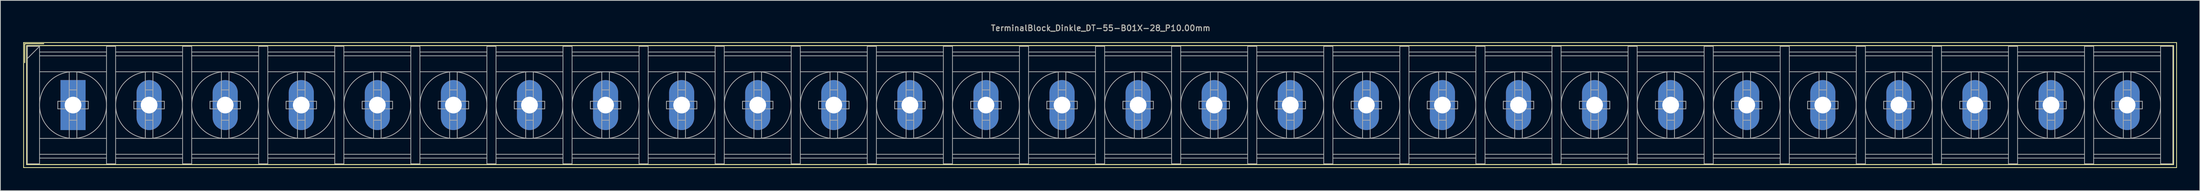
<source format=kicad_pcb>
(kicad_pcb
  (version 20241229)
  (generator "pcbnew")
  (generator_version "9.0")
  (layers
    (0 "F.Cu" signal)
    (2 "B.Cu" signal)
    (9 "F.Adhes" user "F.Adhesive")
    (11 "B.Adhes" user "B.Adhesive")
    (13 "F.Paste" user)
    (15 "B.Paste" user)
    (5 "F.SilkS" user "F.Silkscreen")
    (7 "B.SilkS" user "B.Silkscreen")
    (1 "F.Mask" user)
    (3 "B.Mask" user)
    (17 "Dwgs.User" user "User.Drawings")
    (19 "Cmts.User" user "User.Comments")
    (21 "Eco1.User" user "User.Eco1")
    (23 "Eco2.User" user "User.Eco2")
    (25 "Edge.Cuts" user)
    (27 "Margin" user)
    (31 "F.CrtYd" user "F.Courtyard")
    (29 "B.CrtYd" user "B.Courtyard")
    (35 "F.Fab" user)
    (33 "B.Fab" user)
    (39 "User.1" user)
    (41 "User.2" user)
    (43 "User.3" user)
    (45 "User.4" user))
  (footprint "TerminalBlock_Dinkle_DT-55-B01X-28_P10.00mm"
    (layer "F.Cu")
    (at 6.55 10.818)
    (property "Reference" "TerminalBlock_Dinkle_DT-55-B01X-28_P10.00mm" (at 135.08 -10.16 0) (layer "F.SilkS") (effects (font (size 0.75 0.75) (thickness 0.125))))
    (attr through_hole)
    (fp_line (start -6.5 -8.25) (end 276.5 -8.25) (stroke (width 0.1) (type solid)) (layer "F.SilkS"))
    (fp_line (start -6.5 8.25) (end -6.5 -8.25) (stroke (width 0.1) (type solid)) (layer "F.SilkS"))
    (fp_line (start -6.5 8.25) (end 276.5 8.25) (stroke (width 0.1) (type solid)) (layer "F.SilkS"))
    (fp_line (start -6.35 -8.1) (end -3.85 -8.1) (stroke (width 0.12) (type solid)) (layer "F.SilkS"))
    (fp_line (start -6.35 -5.6) (end -6.35 -8.1) (stroke (width 0.12) (type solid)) (layer "F.SilkS"))
    (fp_line (start -6.1 -7.85) (end 276.1 -7.85) (stroke (width 0.12) (type solid)) (layer "F.SilkS"))
    (fp_line (start -6.1 7.85) (end -6.1 -7.85) (stroke (width 0.12) (type solid)) (layer "F.SilkS"))
    (fp_line (start -6.1 7.85) (end 276.1 7.85) (stroke (width 0.12) (type solid)) (layer "F.SilkS"))
    (fp_line (start 276.1 -7.85) (end 276.1 7.85) (stroke (width 0.12) (type solid)) (layer "F.SilkS"))
    (fp_line (start 276.5 -8.25) (end 276.5 8.25) (stroke (width 0.1) (type solid)) (layer "F.SilkS"))
    (fp_line (start -6 -7.75) (end -6 7.75) (stroke (width 0.1) (type solid)) (layer "F.Fab"))
    (fp_line (start -6 -7.75) (end -4.4 -7.75) (stroke (width 0.1) (type solid)) (layer "F.Fab"))
    (fp_line (start -6 7.75) (end -4.4 7.75) (stroke (width 0.1) (type solid)) (layer "F.Fab"))
    (fp_line (start -4.4 -7.75) (end -6 -6.15) (stroke (width 0.1) (type solid)) (layer "F.Fab"))
    (fp_line (start -4.4 -7.75) (end -4.4 7.75) (stroke (width 0.1) (type solid)) (layer "F.Fab"))
    (fp_line (start -4.4 -7) (end 4.4 -7) (stroke (width 0.1) (type solid)) (layer "F.Fab"))
    (fp_line (start -4.4 -6.5) (end 4.4 -6.5) (stroke (width 0.1) (type solid)) (layer "F.Fab"))
    (fp_line (start -4.4 -4.4) (end 4.4 -4.4) (stroke (width 0.1) (type solid)) (layer "F.Fab"))
    (fp_line (start -4.4 4.4) (end 4.4 4.4) (stroke (width 0.1) (type solid)) (layer "F.Fab"))
    (fp_line (start -4.4 6.5) (end 4.4 6.5) (stroke (width 0.1) (type solid)) (layer "F.Fab"))
    (fp_line (start -4.4 7) (end 4.4 7) (stroke (width 0.1) (type solid)) (layer "F.Fab"))
    (fp_line (start -2 -0.5) (end -2 0.5) (stroke (width 0.1) (type solid)) (layer "F.Fab"))
    (fp_line (start -2 0.5) (end -0.5 0.5) (stroke (width 0.1) (type solid)) (layer "F.Fab"))
    (fp_line (start -0.5 -4.35) (end -0.5 -0.5) (stroke (width 0.1) (type solid)) (layer "F.Fab"))
    (fp_line (start -0.5 -2) (end 0.5 -2) (stroke (width 0.1) (type solid)) (layer "F.Fab"))
    (fp_line (start -0.5 -0.5) (end -2 -0.5) (stroke (width 0.1) (type solid)) (layer "F.Fab"))
    (fp_line (start -0.5 0.5) (end -0.5 4.35) (stroke (width 0.1) (type solid)) (layer "F.Fab"))
    (fp_line (start -0.5 2) (end 0.5 2) (stroke (width 0.1) (type solid)) (layer "F.Fab"))
    (fp_line (start 0.5 -4.35) (end 0.5 -0.5) (stroke (width 0.1) (type solid)) (layer "F.Fab"))
    (fp_line (start 0.5 -0.5) (end 2 -0.5) (stroke (width 0.1) (type solid)) (layer "F.Fab"))
    (fp_line (start 0.5 0.5) (end 0.5 4.35) (stroke (width 0.1) (type solid)) (layer "F.Fab"))
    (fp_line (start 2 -0.5) (end 2 0.5) (stroke (width 0.1) (type solid)) (layer "F.Fab"))
    (fp_line (start 2 0.5) (end 0.5 0.5) (stroke (width 0.1) (type solid)) (layer "F.Fab"))
    (fp_line (start 4.4 -7.75) (end 4.4 7.75) (stroke (width 0.1) (type solid)) (layer "F.Fab"))
    (fp_line (start 4.4 -7.75) (end 5.6 -7.75) (stroke (width 0.1) (type solid)) (layer "F.Fab"))
    (fp_line (start 4.4 7.75) (end 5.6 7.75) (stroke (width 0.1) (type solid)) (layer "F.Fab"))
    (fp_line (start 5.6 -7.75) (end 5.6 7.75) (stroke (width 0.1) (type solid)) (layer "F.Fab"))
    (fp_line (start 5.6 -7) (end 14.4 -7) (stroke (width 0.1) (type solid)) (layer "F.Fab"))
    (fp_line (start 5.6 -6.5) (end 14.4 -6.5) (stroke (width 0.1) (type solid)) (layer "F.Fab"))
    (fp_line (start 5.6 -4.4) (end 14.4 -4.4) (stroke (width 0.1) (type solid)) (layer "F.Fab"))
    (fp_line (start 5.6 4.4) (end 14.4 4.4) (stroke (width 0.1) (type solid)) (layer "F.Fab"))
    (fp_line (start 5.6 6.5) (end 14.4 6.5) (stroke (width 0.1) (type solid)) (layer "F.Fab"))
    (fp_line (start 5.6 7) (end 14.4 7) (stroke (width 0.1) (type solid)) (layer "F.Fab"))
    (fp_line (start 8 -0.5) (end 8 0.5) (stroke (width 0.1) (type solid)) (layer "F.Fab"))
    (fp_line (start 8 0.5) (end 9.5 0.5) (stroke (width 0.1) (type solid)) (layer "F.Fab"))
    (fp_line (start 9.5 -4.35) (end 9.5 -0.5) (stroke (width 0.1) (type solid)) (layer "F.Fab"))
    (fp_line (start 9.5 -2) (end 10.5 -2) (stroke (width 0.1) (type solid)) (layer "F.Fab"))
    (fp_line (start 9.5 -0.5) (end 8 -0.5) (stroke (width 0.1) (type solid)) (layer "F.Fab"))
    (fp_line (start 9.5 0.5) (end 9.5 4.35) (stroke (width 0.1) (type solid)) (layer "F.Fab"))
    (fp_line (start 9.5 2) (end 10.5 2) (stroke (width 0.1) (type solid)) (layer "F.Fab"))
    (fp_line (start 10.5 -4.35) (end 10.5 -0.5) (stroke (width 0.1) (type solid)) (layer "F.Fab"))
    (fp_line (start 10.5 -0.5) (end 12 -0.5) (stroke (width 0.1) (type solid)) (layer "F.Fab"))
    (fp_line (start 10.5 0.5) (end 10.5 4.35) (stroke (width 0.1) (type solid)) (layer "F.Fab"))
    (fp_line (start 12 -0.5) (end 12 0.5) (stroke (width 0.1) (type solid)) (layer "F.Fab"))
    (fp_line (start 12 0.5) (end 10.5 0.5) (stroke (width 0.1) (type solid)) (layer "F.Fab"))
    (fp_line (start 14.4 -7.75) (end 14.4 7.75) (stroke (width 0.1) (type solid)) (layer "F.Fab"))
    (fp_line (start 14.4 -7.75) (end 15.6 -7.75) (stroke (width 0.1) (type solid)) (layer "F.Fab"))
    (fp_line (start 14.4 7.75) (end 15.6 7.75) (stroke (width 0.1) (type solid)) (layer "F.Fab"))
    (fp_line (start 15.6 -7.75) (end 15.6 7.75) (stroke (width 0.1) (type solid)) (layer "F.Fab"))
    (fp_line (start 15.6 -7) (end 24.4 -7) (stroke (width 0.1) (type solid)) (layer "F.Fab"))
    (fp_line (start 15.6 -6.5) (end 24.4 -6.5) (stroke (width 0.1) (type solid)) (layer "F.Fab"))
    (fp_line (start 15.6 -4.4) (end 24.4 -4.4) (stroke (width 0.1) (type solid)) (layer "F.Fab"))
    (fp_line (start 15.6 4.4) (end 24.4 4.4) (stroke (width 0.1) (type solid)) (layer "F.Fab"))
    (fp_line (start 15.6 6.5) (end 24.4 6.5) (stroke (width 0.1) (type solid)) (layer "F.Fab"))
    (fp_line (start 15.6 7) (end 24.4 7) (stroke (width 0.1) (type solid)) (layer "F.Fab"))
    (fp_line (start 18 -0.5) (end 18 0.5) (stroke (width 0.1) (type solid)) (layer "F.Fab"))
    (fp_line (start 18 0.5) (end 19.5 0.5) (stroke (width 0.1) (type solid)) (layer "F.Fab"))
    (fp_line (start 19.5 -4.35) (end 19.5 -0.5) (stroke (width 0.1) (type solid)) (layer "F.Fab"))
    (fp_line (start 19.5 -2) (end 20.5 -2) (stroke (width 0.1) (type solid)) (layer "F.Fab"))
    (fp_line (start 19.5 -0.5) (end 18 -0.5) (stroke (width 0.1) (type solid)) (layer "F.Fab"))
    (fp_line (start 19.5 0.5) (end 19.5 4.35) (stroke (width 0.1) (type solid)) (layer "F.Fab"))
    (fp_line (start 19.5 2) (end 20.5 2) (stroke (width 0.1) (type solid)) (layer "F.Fab"))
    (fp_line (start 20.5 -4.35) (end 20.5 -0.5) (stroke (width 0.1) (type solid)) (layer "F.Fab"))
    (fp_line (start 20.5 -0.5) (end 22 -0.5) (stroke (width 0.1) (type solid)) (layer "F.Fab"))
    (fp_line (start 20.5 0.5) (end 20.5 4.35) (stroke (width 0.1) (type solid)) (layer "F.Fab"))
    (fp_line (start 22 -0.5) (end 22 0.5) (stroke (width 0.1) (type solid)) (layer "F.Fab"))
    (fp_line (start 22 0.5) (end 20.5 0.5) (stroke (width 0.1) (type solid)) (layer "F.Fab"))
    (fp_line (start 24.4 -7.75) (end 24.4 7.75) (stroke (width 0.1) (type solid)) (layer "F.Fab"))
    (fp_line (start 24.4 -7.75) (end 25.6 -7.75) (stroke (width 0.1) (type solid)) (layer "F.Fab"))
    (fp_line (start 24.4 7.75) (end 25.6 7.75) (stroke (width 0.1) (type solid)) (layer "F.Fab"))
    (fp_line (start 25.6 -7.75) (end 25.6 7.75) (stroke (width 0.1) (type solid)) (layer "F.Fab"))
    (fp_line (start 25.6 -7) (end 34.4 -7) (stroke (width 0.1) (type solid)) (layer "F.Fab"))
    (fp_line (start 25.6 -6.5) (end 34.4 -6.5) (stroke (width 0.1) (type solid)) (layer "F.Fab"))
    (fp_line (start 25.6 -4.4) (end 34.4 -4.4) (stroke (width 0.1) (type solid)) (layer "F.Fab"))
    (fp_line (start 25.6 4.4) (end 34.4 4.4) (stroke (width 0.1) (type solid)) (layer "F.Fab"))
    (fp_line (start 25.6 6.5) (end 34.4 6.5) (stroke (width 0.1) (type solid)) (layer "F.Fab"))
    (fp_line (start 25.6 7) (end 34.4 7) (stroke (width 0.1) (type solid)) (layer "F.Fab"))
    (fp_line (start 28 -0.5) (end 28 0.5) (stroke (width 0.1) (type solid)) (layer "F.Fab"))
    (fp_line (start 28 0.5) (end 29.5 0.5) (stroke (width 0.1) (type solid)) (layer "F.Fab"))
    (fp_line (start 29.5 -4.35) (end 29.5 -0.5) (stroke (width 0.1) (type solid)) (layer "F.Fab"))
    (fp_line (start 29.5 -2) (end 30.5 -2) (stroke (width 0.1) (type solid)) (layer "F.Fab"))
    (fp_line (start 29.5 -0.5) (end 28 -0.5) (stroke (width 0.1) (type solid)) (layer "F.Fab"))
    (fp_line (start 29.5 0.5) (end 29.5 4.35) (stroke (width 0.1) (type solid)) (layer "F.Fab"))
    (fp_line (start 29.5 2) (end 30.5 2) (stroke (width 0.1) (type solid)) (layer "F.Fab"))
    (fp_line (start 30.5 -4.35) (end 30.5 -0.5) (stroke (width 0.1) (type solid)) (layer "F.Fab"))
    (fp_line (start 30.5 -0.5) (end 32 -0.5) (stroke (width 0.1) (type solid)) (layer "F.Fab"))
    (fp_line (start 30.5 0.5) (end 30.5 4.35) (stroke (width 0.1) (type solid)) (layer "F.Fab"))
    (fp_line (start 32 -0.5) (end 32 0.5) (stroke (width 0.1) (type solid)) (layer "F.Fab"))
    (fp_line (start 32 0.5) (end 30.5 0.5) (stroke (width 0.1) (type solid)) (layer "F.Fab"))
    (fp_line (start 34.4 -7.75) (end 34.4 7.75) (stroke (width 0.1) (type solid)) (layer "F.Fab"))
    (fp_line (start 34.4 -7.75) (end 35.6 -7.75) (stroke (width 0.1) (type solid)) (layer "F.Fab"))
    (fp_line (start 34.4 7.75) (end 35.6 7.75) (stroke (width 0.1) (type solid)) (layer "F.Fab"))
    (fp_line (start 35.6 -7.75) (end 35.6 7.75) (stroke (width 0.1) (type solid)) (layer "F.Fab"))
    (fp_line (start 35.6 -7) (end 44.4 -7) (stroke (width 0.1) (type solid)) (layer "F.Fab"))
    (fp_line (start 35.6 -6.5) (end 44.4 -6.5) (stroke (width 0.1) (type solid)) (layer "F.Fab"))
    (fp_line (start 35.6 -4.4) (end 44.4 -4.4) (stroke (width 0.1) (type solid)) (layer "F.Fab"))
    (fp_line (start 35.6 4.4) (end 44.4 4.4) (stroke (width 0.1) (type solid)) (layer "F.Fab"))
    (fp_line (start 35.6 6.5) (end 44.4 6.5) (stroke (width 0.1) (type solid)) (layer "F.Fab"))
    (fp_line (start 35.6 7) (end 44.4 7) (stroke (width 0.1) (type solid)) (layer "F.Fab"))
    (fp_line (start 38 -0.5) (end 38 0.5) (stroke (width 0.1) (type solid)) (layer "F.Fab"))
    (fp_line (start 38 0.5) (end 39.5 0.5) (stroke (width 0.1) (type solid)) (layer "F.Fab"))
    (fp_line (start 39.5 -4.35) (end 39.5 -0.5) (stroke (width 0.1) (type solid)) (layer "F.Fab"))
    (fp_line (start 39.5 -2) (end 40.5 -2) (stroke (width 0.1) (type solid)) (layer "F.Fab"))
    (fp_line (start 39.5 -0.5) (end 38 -0.5) (stroke (width 0.1) (type solid)) (layer "F.Fab"))
    (fp_line (start 39.5 0.5) (end 39.5 4.35) (stroke (width 0.1) (type solid)) (layer "F.Fab"))
    (fp_line (start 39.5 2) (end 40.5 2) (stroke (width 0.1) (type solid)) (layer "F.Fab"))
    (fp_line (start 40.5 -4.35) (end 40.5 -0.5) (stroke (width 0.1) (type solid)) (layer "F.Fab"))
    (fp_line (start 40.5 -0.5) (end 42 -0.5) (stroke (width 0.1) (type solid)) (layer "F.Fab"))
    (fp_line (start 40.5 0.5) (end 40.5 4.35) (stroke (width 0.1) (type solid)) (layer "F.Fab"))
    (fp_line (start 42 -0.5) (end 42 0.5) (stroke (width 0.1) (type solid)) (layer "F.Fab"))
    (fp_line (start 42 0.5) (end 40.5 0.5) (stroke (width 0.1) (type solid)) (layer "F.Fab"))
    (fp_line (start 44.4 -7.75) (end 44.4 7.75) (stroke (width 0.1) (type solid)) (layer "F.Fab"))
    (fp_line (start 44.4 -7.75) (end 45.6 -7.75) (stroke (width 0.1) (type solid)) (layer "F.Fab"))
    (fp_line (start 44.4 7.75) (end 45.6 7.75) (stroke (width 0.1) (type solid)) (layer "F.Fab"))
    (fp_line (start 45.6 -7.75) (end 45.6 7.75) (stroke (width 0.1) (type solid)) (layer "F.Fab"))
    (fp_line (start 45.6 -7) (end 54.4 -7) (stroke (width 0.1) (type solid)) (layer "F.Fab"))
    (fp_line (start 45.6 -6.5) (end 54.4 -6.5) (stroke (width 0.1) (type solid)) (layer "F.Fab"))
    (fp_line (start 45.6 -4.4) (end 54.4 -4.4) (stroke (width 0.1) (type solid)) (layer "F.Fab"))
    (fp_line (start 45.6 4.4) (end 54.4 4.4) (stroke (width 0.1) (type solid)) (layer "F.Fab"))
    (fp_line (start 45.6 6.5) (end 54.4 6.5) (stroke (width 0.1) (type solid)) (layer "F.Fab"))
    (fp_line (start 45.6 7) (end 54.4 7) (stroke (width 0.1) (type solid)) (layer "F.Fab"))
    (fp_line (start 48 -0.5) (end 48 0.5) (stroke (width 0.1) (type solid)) (layer "F.Fab"))
    (fp_line (start 48 0.5) (end 49.5 0.5) (stroke (width 0.1) (type solid)) (layer "F.Fab"))
    (fp_line (start 49.5 -4.35) (end 49.5 -0.5) (stroke (width 0.1) (type solid)) (layer "F.Fab"))
    (fp_line (start 49.5 -2) (end 50.5 -2) (stroke (width 0.1) (type solid)) (layer "F.Fab"))
    (fp_line (start 49.5 -0.5) (end 48 -0.5) (stroke (width 0.1) (type solid)) (layer "F.Fab"))
    (fp_line (start 49.5 0.5) (end 49.5 4.35) (stroke (width 0.1) (type solid)) (layer "F.Fab"))
    (fp_line (start 49.5 2) (end 50.5 2) (stroke (width 0.1) (type solid)) (layer "F.Fab"))
    (fp_line (start 50.5 -4.35) (end 50.5 -0.5) (stroke (width 0.1) (type solid)) (layer "F.Fab"))
    (fp_line (start 50.5 -0.5) (end 52 -0.5) (stroke (width 0.1) (type solid)) (layer "F.Fab"))
    (fp_line (start 50.5 0.5) (end 50.5 4.35) (stroke (width 0.1) (type solid)) (layer "F.Fab"))
    (fp_line (start 52 -0.5) (end 52 0.5) (stroke (width 0.1) (type solid)) (layer "F.Fab"))
    (fp_line (start 52 0.5) (end 50.5 0.5) (stroke (width 0.1) (type solid)) (layer "F.Fab"))
    (fp_line (start 54.4 -7.75) (end 54.4 7.75) (stroke (width 0.1) (type solid)) (layer "F.Fab"))
    (fp_line (start 54.4 -7.75) (end 55.6 -7.75) (stroke (width 0.1) (type solid)) (layer "F.Fab"))
    (fp_line (start 54.4 7.75) (end 55.6 7.75) (stroke (width 0.1) (type solid)) (layer "F.Fab"))
    (fp_line (start 55.6 -7.75) (end 55.6 7.75) (stroke (width 0.1) (type solid)) (layer "F.Fab"))
    (fp_line (start 55.6 -7) (end 64.4 -7) (stroke (width 0.1) (type solid)) (layer "F.Fab"))
    (fp_line (start 55.6 -6.5) (end 64.4 -6.5) (stroke (width 0.1) (type solid)) (layer "F.Fab"))
    (fp_line (start 55.6 -4.4) (end 64.4 -4.4) (stroke (width 0.1) (type solid)) (layer "F.Fab"))
    (fp_line (start 55.6 4.4) (end 64.4 4.4) (stroke (width 0.1) (type solid)) (layer "F.Fab"))
    (fp_line (start 55.6 6.5) (end 64.4 6.5) (stroke (width 0.1) (type solid)) (layer "F.Fab"))
    (fp_line (start 55.6 7) (end 64.4 7) (stroke (width 0.1) (type solid)) (layer "F.Fab"))
    (fp_line (start 58 -0.5) (end 58 0.5) (stroke (width 0.1) (type solid)) (layer "F.Fab"))
    (fp_line (start 58 0.5) (end 59.5 0.5) (stroke (width 0.1) (type solid)) (layer "F.Fab"))
    (fp_line (start 59.5 -4.35) (end 59.5 -0.5) (stroke (width 0.1) (type solid)) (layer "F.Fab"))
    (fp_line (start 59.5 -2) (end 60.5 -2) (stroke (width 0.1) (type solid)) (layer "F.Fab"))
    (fp_line (start 59.5 -0.5) (end 58 -0.5) (stroke (width 0.1) (type solid)) (layer "F.Fab"))
    (fp_line (start 59.5 0.5) (end 59.5 4.35) (stroke (width 0.1) (type solid)) (layer "F.Fab"))
    (fp_line (start 59.5 2) (end 60.5 2) (stroke (width 0.1) (type solid)) (layer "F.Fab"))
    (fp_line (start 60.5 -4.35) (end 60.5 -0.5) (stroke (width 0.1) (type solid)) (layer "F.Fab"))
    (fp_line (start 60.5 -0.5) (end 62 -0.5) (stroke (width 0.1) (type solid)) (layer "F.Fab"))
    (fp_line (start 60.5 0.5) (end 60.5 4.35) (stroke (width 0.1) (type solid)) (layer "F.Fab"))
    (fp_line (start 62 -0.5) (end 62 0.5) (stroke (width 0.1) (type solid)) (layer "F.Fab"))
    (fp_line (start 62 0.5) (end 60.5 0.5) (stroke (width 0.1) (type solid)) (layer "F.Fab"))
    (fp_line (start 64.4 -7.75) (end 64.4 7.75) (stroke (width 0.1) (type solid)) (layer "F.Fab"))
    (fp_line (start 64.4 -7.75) (end 65.6 -7.75) (stroke (width 0.1) (type solid)) (layer "F.Fab"))
    (fp_line (start 64.4 7.75) (end 65.6 7.75) (stroke (width 0.1) (type solid)) (layer "F.Fab"))
    (fp_line (start 65.6 -7.75) (end 65.6 7.75) (stroke (width 0.1) (type solid)) (layer "F.Fab"))
    (fp_line (start 65.6 -7) (end 74.4 -7) (stroke (width 0.1) (type solid)) (layer "F.Fab"))
    (fp_line (start 65.6 -6.5) (end 74.4 -6.5) (stroke (width 0.1) (type solid)) (layer "F.Fab"))
    (fp_line (start 65.6 -4.4) (end 74.4 -4.4) (stroke (width 0.1) (type solid)) (layer "F.Fab"))
    (fp_line (start 65.6 4.4) (end 74.4 4.4) (stroke (width 0.1) (type solid)) (layer "F.Fab"))
    (fp_line (start 65.6 6.5) (end 74.4 6.5) (stroke (width 0.1) (type solid)) (layer "F.Fab"))
    (fp_line (start 65.6 7) (end 74.4 7) (stroke (width 0.1) (type solid)) (layer "F.Fab"))
    (fp_line (start 68 -0.5) (end 68 0.5) (stroke (width 0.1) (type solid)) (layer "F.Fab"))
    (fp_line (start 68 0.5) (end 69.5 0.5) (stroke (width 0.1) (type solid)) (layer "F.Fab"))
    (fp_line (start 69.5 -4.35) (end 69.5 -0.5) (stroke (width 0.1) (type solid)) (layer "F.Fab"))
    (fp_line (start 69.5 -2) (end 70.5 -2) (stroke (width 0.1) (type solid)) (layer "F.Fab"))
    (fp_line (start 69.5 -0.5) (end 68 -0.5) (stroke (width 0.1) (type solid)) (layer "F.Fab"))
    (fp_line (start 69.5 0.5) (end 69.5 4.35) (stroke (width 0.1) (type solid)) (layer "F.Fab"))
    (fp_line (start 69.5 2) (end 70.5 2) (stroke (width 0.1) (type solid)) (layer "F.Fab"))
    (fp_line (start 70.5 -4.35) (end 70.5 -0.5) (stroke (width 0.1) (type solid)) (layer "F.Fab"))
    (fp_line (start 70.5 -0.5) (end 72 -0.5) (stroke (width 0.1) (type solid)) (layer "F.Fab"))
    (fp_line (start 70.5 0.5) (end 70.5 4.35) (stroke (width 0.1) (type solid)) (layer "F.Fab"))
    (fp_line (start 72 -0.5) (end 72 0.5) (stroke (width 0.1) (type solid)) (layer "F.Fab"))
    (fp_line (start 72 0.5) (end 70.5 0.5) (stroke (width 0.1) (type solid)) (layer "F.Fab"))
    (fp_line (start 74.4 -7.75) (end 74.4 7.75) (stroke (width 0.1) (type solid)) (layer "F.Fab"))
    (fp_line (start 74.4 -7.75) (end 75.6 -7.75) (stroke (width 0.1) (type solid)) (layer "F.Fab"))
    (fp_line (start 74.4 7.75) (end 75.6 7.75) (stroke (width 0.1) (type solid)) (layer "F.Fab"))
    (fp_line (start 75.6 -7.75) (end 75.6 7.75) (stroke (width 0.1) (type solid)) (layer "F.Fab"))
    (fp_line (start 75.6 -7) (end 84.4 -7) (stroke (width 0.1) (type solid)) (layer "F.Fab"))
    (fp_line (start 75.6 -6.5) (end 84.4 -6.5) (stroke (width 0.1) (type solid)) (layer "F.Fab"))
    (fp_line (start 75.6 -4.4) (end 84.4 -4.4) (stroke (width 0.1) (type solid)) (layer "F.Fab"))
    (fp_line (start 75.6 4.4) (end 84.4 4.4) (stroke (width 0.1) (type solid)) (layer "F.Fab"))
    (fp_line (start 75.6 6.5) (end 84.4 6.5) (stroke (width 0.1) (type solid)) (layer "F.Fab"))
    (fp_line (start 75.6 7) (end 84.4 7) (stroke (width 0.1) (type solid)) (layer "F.Fab"))
    (fp_line (start 78 -0.5) (end 78 0.5) (stroke (width 0.1) (type solid)) (layer "F.Fab"))
    (fp_line (start 78 0.5) (end 79.5 0.5) (stroke (width 0.1) (type solid)) (layer "F.Fab"))
    (fp_line (start 79.5 -4.35) (end 79.5 -0.5) (stroke (width 0.1) (type solid)) (layer "F.Fab"))
    (fp_line (start 79.5 -2) (end 80.5 -2) (stroke (width 0.1) (type solid)) (layer "F.Fab"))
    (fp_line (start 79.5 -0.5) (end 78 -0.5) (stroke (width 0.1) (type solid)) (layer "F.Fab"))
    (fp_line (start 79.5 0.5) (end 79.5 4.35) (stroke (width 0.1) (type solid)) (layer "F.Fab"))
    (fp_line (start 79.5 2) (end 80.5 2) (stroke (width 0.1) (type solid)) (layer "F.Fab"))
    (fp_line (start 80.5 -4.35) (end 80.5 -0.5) (stroke (width 0.1) (type solid)) (layer "F.Fab"))
    (fp_line (start 80.5 -0.5) (end 82 -0.5) (stroke (width 0.1) (type solid)) (layer "F.Fab"))
    (fp_line (start 80.5 0.5) (end 80.5 4.35) (stroke (width 0.1) (type solid)) (layer "F.Fab"))
    (fp_line (start 82 -0.5) (end 82 0.5) (stroke (width 0.1) (type solid)) (layer "F.Fab"))
    (fp_line (start 82 0.5) (end 80.5 0.5) (stroke (width 0.1) (type solid)) (layer "F.Fab"))
    (fp_line (start 84.4 -7.75) (end 84.4 7.75) (stroke (width 0.1) (type solid)) (layer "F.Fab"))
    (fp_line (start 84.4 -7.75) (end 85.6 -7.75) (stroke (width 0.1) (type solid)) (layer "F.Fab"))
    (fp_line (start 84.4 7.75) (end 85.6 7.75) (stroke (width 0.1) (type solid)) (layer "F.Fab"))
    (fp_line (start 85.6 -7.75) (end 85.6 7.75) (stroke (width 0.1) (type solid)) (layer "F.Fab"))
    (fp_line (start 85.6 -7) (end 94.4 -7) (stroke (width 0.1) (type solid)) (layer "F.Fab"))
    (fp_line (start 85.6 -6.5) (end 94.4 -6.5) (stroke (width 0.1) (type solid)) (layer "F.Fab"))
    (fp_line (start 85.6 -4.4) (end 94.4 -4.4) (stroke (width 0.1) (type solid)) (layer "F.Fab"))
    (fp_line (start 85.6 4.4) (end 94.4 4.4) (stroke (width 0.1) (type solid)) (layer "F.Fab"))
    (fp_line (start 85.6 6.5) (end 94.4 6.5) (stroke (width 0.1) (type solid)) (layer "F.Fab"))
    (fp_line (start 85.6 7) (end 94.4 7) (stroke (width 0.1) (type solid)) (layer "F.Fab"))
    (fp_line (start 88 -0.5) (end 88 0.5) (stroke (width 0.1) (type solid)) (layer "F.Fab"))
    (fp_line (start 88 0.5) (end 89.5 0.5) (stroke (width 0.1) (type solid)) (layer "F.Fab"))
    (fp_line (start 89.5 -4.35) (end 89.5 -0.5) (stroke (width 0.1) (type solid)) (layer "F.Fab"))
    (fp_line (start 89.5 -2) (end 90.5 -2) (stroke (width 0.1) (type solid)) (layer "F.Fab"))
    (fp_line (start 89.5 -0.5) (end 88 -0.5) (stroke (width 0.1) (type solid)) (layer "F.Fab"))
    (fp_line (start 89.5 0.5) (end 89.5 4.35) (stroke (width 0.1) (type solid)) (layer "F.Fab"))
    (fp_line (start 89.5 2) (end 90.5 2) (stroke (width 0.1) (type solid)) (layer "F.Fab"))
    (fp_line (start 90.5 -4.35) (end 90.5 -0.5) (stroke (width 0.1) (type solid)) (layer "F.Fab"))
    (fp_line (start 90.5 -0.5) (end 92 -0.5) (stroke (width 0.1) (type solid)) (layer "F.Fab"))
    (fp_line (start 90.5 0.5) (end 90.5 4.35) (stroke (width 0.1) (type solid)) (layer "F.Fab"))
    (fp_line (start 92 -0.5) (end 92 0.5) (stroke (width 0.1) (type solid)) (layer "F.Fab"))
    (fp_line (start 92 0.5) (end 90.5 0.5) (stroke (width 0.1) (type solid)) (layer "F.Fab"))
    (fp_line (start 94.4 -7.75) (end 94.4 7.75) (stroke (width 0.1) (type solid)) (layer "F.Fab"))
    (fp_line (start 94.4 -7.75) (end 95.6 -7.75) (stroke (width 0.1) (type solid)) (layer "F.Fab"))
    (fp_line (start 94.4 7.75) (end 95.6 7.75) (stroke (width 0.1) (type solid)) (layer "F.Fab"))
    (fp_line (start 95.6 -7.75) (end 95.6 7.75) (stroke (width 0.1) (type solid)) (layer "F.Fab"))
    (fp_line (start 95.6 -7) (end 104.4 -7) (stroke (width 0.1) (type solid)) (layer "F.Fab"))
    (fp_line (start 95.6 -6.5) (end 104.4 -6.5) (stroke (width 0.1) (type solid)) (layer "F.Fab"))
    (fp_line (start 95.6 -4.4) (end 104.4 -4.4) (stroke (width 0.1) (type solid)) (layer "F.Fab"))
    (fp_line (start 95.6 4.4) (end 104.4 4.4) (stroke (width 0.1) (type solid)) (layer "F.Fab"))
    (fp_line (start 95.6 6.5) (end 104.4 6.5) (stroke (width 0.1) (type solid)) (layer "F.Fab"))
    (fp_line (start 95.6 7) (end 104.4 7) (stroke (width 0.1) (type solid)) (layer "F.Fab"))
    (fp_line (start 98 -0.5) (end 98 0.5) (stroke (width 0.1) (type solid)) (layer "F.Fab"))
    (fp_line (start 98 0.5) (end 99.5 0.5) (stroke (width 0.1) (type solid)) (layer "F.Fab"))
    (fp_line (start 99.5 -4.35) (end 99.5 -0.5) (stroke (width 0.1) (type solid)) (layer "F.Fab"))
    (fp_line (start 99.5 -2) (end 100.5 -2) (stroke (width 0.1) (type solid)) (layer "F.Fab"))
    (fp_line (start 99.5 -0.5) (end 98 -0.5) (stroke (width 0.1) (type solid)) (layer "F.Fab"))
    (fp_line (start 99.5 0.5) (end 99.5 4.35) (stroke (width 0.1) (type solid)) (layer "F.Fab"))
    (fp_line (start 99.5 2) (end 100.5 2) (stroke (width 0.1) (type solid)) (layer "F.Fab"))
    (fp_line (start 100.5 -4.35) (end 100.5 -0.5) (stroke (width 0.1) (type solid)) (layer "F.Fab"))
    (fp_line (start 100.5 -0.5) (end 102 -0.5) (stroke (width 0.1) (type solid)) (layer "F.Fab"))
    (fp_line (start 100.5 0.5) (end 100.5 4.35) (stroke (width 0.1) (type solid)) (layer "F.Fab"))
    (fp_line (start 102 -0.5) (end 102 0.5) (stroke (width 0.1) (type solid)) (layer "F.Fab"))
    (fp_line (start 102 0.5) (end 100.5 0.5) (stroke (width 0.1) (type solid)) (layer "F.Fab"))
    (fp_line (start 104.4 -7.75) (end 104.4 7.75) (stroke (width 0.1) (type solid)) (layer "F.Fab"))
    (fp_line (start 104.4 -7.75) (end 105.6 -7.75) (stroke (width 0.1) (type solid)) (layer "F.Fab"))
    (fp_line (start 104.4 7.75) (end 105.6 7.75) (stroke (width 0.1) (type solid)) (layer "F.Fab"))
    (fp_line (start 105.6 -7.75) (end 105.6 7.75) (stroke (width 0.1) (type solid)) (layer "F.Fab"))
    (fp_line (start 105.6 -7) (end 114.4 -7) (stroke (width 0.1) (type solid)) (layer "F.Fab"))
    (fp_line (start 105.6 -6.5) (end 114.4 -6.5) (stroke (width 0.1) (type solid)) (layer "F.Fab"))
    (fp_line (start 105.6 -4.4) (end 114.4 -4.4) (stroke (width 0.1) (type solid)) (layer "F.Fab"))
    (fp_line (start 105.6 4.4) (end 114.4 4.4) (stroke (width 0.1) (type solid)) (layer "F.Fab"))
    (fp_line (start 105.6 6.5) (end 114.4 6.5) (stroke (width 0.1) (type solid)) (layer "F.Fab"))
    (fp_line (start 105.6 7) (end 114.4 7) (stroke (width 0.1) (type solid)) (layer "F.Fab"))
    (fp_line (start 108 -0.5) (end 108 0.5) (stroke (width 0.1) (type solid)) (layer "F.Fab"))
    (fp_line (start 108 0.5) (end 109.5 0.5) (stroke (width 0.1) (type solid)) (layer "F.Fab"))
    (fp_line (start 109.5 -4.35) (end 109.5 -0.5) (stroke (width 0.1) (type solid)) (layer "F.Fab"))
    (fp_line (start 109.5 -2) (end 110.5 -2) (stroke (width 0.1) (type solid)) (layer "F.Fab"))
    (fp_line (start 109.5 -0.5) (end 108 -0.5) (stroke (width 0.1) (type solid)) (layer "F.Fab"))
    (fp_line (start 109.5 0.5) (end 109.5 4.35) (stroke (width 0.1) (type solid)) (layer "F.Fab"))
    (fp_line (start 109.5 2) (end 110.5 2) (stroke (width 0.1) (type solid)) (layer "F.Fab"))
    (fp_line (start 110.5 -4.35) (end 110.5 -0.5) (stroke (width 0.1) (type solid)) (layer "F.Fab"))
    (fp_line (start 110.5 -0.5) (end 112 -0.5) (stroke (width 0.1) (type solid)) (layer "F.Fab"))
    (fp_line (start 110.5 0.5) (end 110.5 4.35) (stroke (width 0.1) (type solid)) (layer "F.Fab"))
    (fp_line (start 112 -0.5) (end 112 0.5) (stroke (width 0.1) (type solid)) (layer "F.Fab"))
    (fp_line (start 112 0.5) (end 110.5 0.5) (stroke (width 0.1) (type solid)) (layer "F.Fab"))
    (fp_line (start 114.4 -7.75) (end 114.4 7.75) (stroke (width 0.1) (type solid)) (layer "F.Fab"))
    (fp_line (start 114.4 -7.75) (end 115.6 -7.75) (stroke (width 0.1) (type solid)) (layer "F.Fab"))
    (fp_line (start 114.4 7.75) (end 115.6 7.75) (stroke (width 0.1) (type solid)) (layer "F.Fab"))
    (fp_line (start 115.6 -7.75) (end 115.6 7.75) (stroke (width 0.1) (type solid)) (layer "F.Fab"))
    (fp_line (start 115.6 -7) (end 124.4 -7) (stroke (width 0.1) (type solid)) (layer "F.Fab"))
    (fp_line (start 115.6 -6.5) (end 124.4 -6.5) (stroke (width 0.1) (type solid)) (layer "F.Fab"))
    (fp_line (start 115.6 -4.4) (end 124.4 -4.4) (stroke (width 0.1) (type solid)) (layer "F.Fab"))
    (fp_line (start 115.6 4.4) (end 124.4 4.4) (stroke (width 0.1) (type solid)) (layer "F.Fab"))
    (fp_line (start 115.6 6.5) (end 124.4 6.5) (stroke (width 0.1) (type solid)) (layer "F.Fab"))
    (fp_line (start 115.6 7) (end 124.4 7) (stroke (width 0.1) (type solid)) (layer "F.Fab"))
    (fp_line (start 118 -0.5) (end 118 0.5) (stroke (width 0.1) (type solid)) (layer "F.Fab"))
    (fp_line (start 118 0.5) (end 119.5 0.5) (stroke (width 0.1) (type solid)) (layer "F.Fab"))
    (fp_line (start 119.5 -4.35) (end 119.5 -0.5) (stroke (width 0.1) (type solid)) (layer "F.Fab"))
    (fp_line (start 119.5 -2) (end 120.5 -2) (stroke (width 0.1) (type solid)) (layer "F.Fab"))
    (fp_line (start 119.5 -0.5) (end 118 -0.5) (stroke (width 0.1) (type solid)) (layer "F.Fab"))
    (fp_line (start 119.5 0.5) (end 119.5 4.35) (stroke (width 0.1) (type solid)) (layer "F.Fab"))
    (fp_line (start 119.5 2) (end 120.5 2) (stroke (width 0.1) (type solid)) (layer "F.Fab"))
    (fp_line (start 120.5 -4.35) (end 120.5 -0.5) (stroke (width 0.1) (type solid)) (layer "F.Fab"))
    (fp_line (start 120.5 -0.5) (end 122 -0.5) (stroke (width 0.1) (type solid)) (layer "F.Fab"))
    (fp_line (start 120.5 0.5) (end 120.5 4.35) (stroke (width 0.1) (type solid)) (layer "F.Fab"))
    (fp_line (start 122 -0.5) (end 122 0.5) (stroke (width 0.1) (type solid)) (layer "F.Fab"))
    (fp_line (start 122 0.5) (end 120.5 0.5) (stroke (width 0.1) (type solid)) (layer "F.Fab"))
    (fp_line (start 124.4 -7.75) (end 124.4 7.75) (stroke (width 0.1) (type solid)) (layer "F.Fab"))
    (fp_line (start 124.4 -7.75) (end 125.6 -7.75) (stroke (width 0.1) (type solid)) (layer "F.Fab"))
    (fp_line (start 124.4 7.75) (end 125.6 7.75) (stroke (width 0.1) (type solid)) (layer "F.Fab"))
    (fp_line (start 125.6 -7.75) (end 125.6 7.75) (stroke (width 0.1) (type solid)) (layer "F.Fab"))
    (fp_line (start 125.6 -7) (end 134.4 -7) (stroke (width 0.1) (type solid)) (layer "F.Fab"))
    (fp_line (start 125.6 -6.5) (end 134.4 -6.5) (stroke (width 0.1) (type solid)) (layer "F.Fab"))
    (fp_line (start 125.6 -4.4) (end 134.4 -4.4) (stroke (width 0.1) (type solid)) (layer "F.Fab"))
    (fp_line (start 125.6 4.4) (end 134.4 4.4) (stroke (width 0.1) (type solid)) (layer "F.Fab"))
    (fp_line (start 125.6 6.5) (end 134.4 6.5) (stroke (width 0.1) (type solid)) (layer "F.Fab"))
    (fp_line (start 125.6 7) (end 134.4 7) (stroke (width 0.1) (type solid)) (layer "F.Fab"))
    (fp_line (start 128 -0.5) (end 128 0.5) (stroke (width 0.1) (type solid)) (layer "F.Fab"))
    (fp_line (start 128 0.5) (end 129.5 0.5) (stroke (width 0.1) (type solid)) (layer "F.Fab"))
    (fp_line (start 129.5 -4.35) (end 129.5 -0.5) (stroke (width 0.1) (type solid)) (layer "F.Fab"))
    (fp_line (start 129.5 -2) (end 130.5 -2) (stroke (width 0.1) (type solid)) (layer "F.Fab"))
    (fp_line (start 129.5 -0.5) (end 128 -0.5) (stroke (width 0.1) (type solid)) (layer "F.Fab"))
    (fp_line (start 129.5 0.5) (end 129.5 4.35) (stroke (width 0.1) (type solid)) (layer "F.Fab"))
    (fp_line (start 129.5 2) (end 130.5 2) (stroke (width 0.1) (type solid)) (layer "F.Fab"))
    (fp_line (start 130.5 -4.35) (end 130.5 -0.5) (stroke (width 0.1) (type solid)) (layer "F.Fab"))
    (fp_line (start 130.5 -0.5) (end 132 -0.5) (stroke (width 0.1) (type solid)) (layer "F.Fab"))
    (fp_line (start 130.5 0.5) (end 130.5 4.35) (stroke (width 0.1) (type solid)) (layer "F.Fab"))
    (fp_line (start 132 -0.5) (end 132 0.5) (stroke (width 0.1) (type solid)) (layer "F.Fab"))
    (fp_line (start 132 0.5) (end 130.5 0.5) (stroke (width 0.1) (type solid)) (layer "F.Fab"))
    (fp_line (start 134.4 -7.75) (end 134.4 7.75) (stroke (width 0.1) (type solid)) (layer "F.Fab"))
    (fp_line (start 134.4 -7.75) (end 135.6 -7.75) (stroke (width 0.1) (type solid)) (layer "F.Fab"))
    (fp_line (start 134.4 7.75) (end 135.6 7.75) (stroke (width 0.1) (type solid)) (layer "F.Fab"))
    (fp_line (start 135.6 -7.75) (end 135.6 7.75) (stroke (width 0.1) (type solid)) (layer "F.Fab"))
    (fp_line (start 135.6 -7) (end 144.4 -7) (stroke (width 0.1) (type solid)) (layer "F.Fab"))
    (fp_line (start 135.6 -6.5) (end 144.4 -6.5) (stroke (width 0.1) (type solid)) (layer "F.Fab"))
    (fp_line (start 135.6 -4.4) (end 144.4 -4.4) (stroke (width 0.1) (type solid)) (layer "F.Fab"))
    (fp_line (start 135.6 4.4) (end 144.4 4.4) (stroke (width 0.1) (type solid)) (layer "F.Fab"))
    (fp_line (start 135.6 6.5) (end 144.4 6.5) (stroke (width 0.1) (type solid)) (layer "F.Fab"))
    (fp_line (start 135.6 7) (end 144.4 7) (stroke (width 0.1) (type solid)) (layer "F.Fab"))
    (fp_line (start 138 -0.5) (end 138 0.5) (stroke (width 0.1) (type solid)) (layer "F.Fab"))
    (fp_line (start 138 0.5) (end 139.5 0.5) (stroke (width 0.1) (type solid)) (layer "F.Fab"))
    (fp_line (start 139.5 -4.35) (end 139.5 -0.5) (stroke (width 0.1) (type solid)) (layer "F.Fab"))
    (fp_line (start 139.5 -2) (end 140.5 -2) (stroke (width 0.1) (type solid)) (layer "F.Fab"))
    (fp_line (start 139.5 -0.5) (end 138 -0.5) (stroke (width 0.1) (type solid)) (layer "F.Fab"))
    (fp_line (start 139.5 0.5) (end 139.5 4.35) (stroke (width 0.1) (type solid)) (layer "F.Fab"))
    (fp_line (start 139.5 2) (end 140.5 2) (stroke (width 0.1) (type solid)) (layer "F.Fab"))
    (fp_line (start 140.5 -4.35) (end 140.5 -0.5) (stroke (width 0.1) (type solid)) (layer "F.Fab"))
    (fp_line (start 140.5 -0.5) (end 142 -0.5) (stroke (width 0.1) (type solid)) (layer "F.Fab"))
    (fp_line (start 140.5 0.5) (end 140.5 4.35) (stroke (width 0.1) (type solid)) (layer "F.Fab"))
    (fp_line (start 142 -0.5) (end 142 0.5) (stroke (width 0.1) (type solid)) (layer "F.Fab"))
    (fp_line (start 142 0.5) (end 140.5 0.5) (stroke (width 0.1) (type solid)) (layer "F.Fab"))
    (fp_line (start 144.4 -7.75) (end 144.4 7.75) (stroke (width 0.1) (type solid)) (layer "F.Fab"))
    (fp_line (start 144.4 -7.75) (end 145.6 -7.75) (stroke (width 0.1) (type solid)) (layer "F.Fab"))
    (fp_line (start 144.4 7.75) (end 145.6 7.75) (stroke (width 0.1) (type solid)) (layer "F.Fab"))
    (fp_line (start 145.6 -7.75) (end 145.6 7.75) (stroke (width 0.1) (type solid)) (layer "F.Fab"))
    (fp_line (start 145.6 -7) (end 154.4 -7) (stroke (width 0.1) (type solid)) (layer "F.Fab"))
    (fp_line (start 145.6 -6.5) (end 154.4 -6.5) (stroke (width 0.1) (type solid)) (layer "F.Fab"))
    (fp_line (start 145.6 -4.4) (end 154.4 -4.4) (stroke (width 0.1) (type solid)) (layer "F.Fab"))
    (fp_line (start 145.6 4.4) (end 154.4 4.4) (stroke (width 0.1) (type solid)) (layer "F.Fab"))
    (fp_line (start 145.6 6.5) (end 154.4 6.5) (stroke (width 0.1) (type solid)) (layer "F.Fab"))
    (fp_line (start 145.6 7) (end 154.4 7) (stroke (width 0.1) (type solid)) (layer "F.Fab"))
    (fp_line (start 148 -0.5) (end 148 0.5) (stroke (width 0.1) (type solid)) (layer "F.Fab"))
    (fp_line (start 148 0.5) (end 149.5 0.5) (stroke (width 0.1) (type solid)) (layer "F.Fab"))
    (fp_line (start 149.5 -4.35) (end 149.5 -0.5) (stroke (width 0.1) (type solid)) (layer "F.Fab"))
    (fp_line (start 149.5 -2) (end 150.5 -2) (stroke (width 0.1) (type solid)) (layer "F.Fab"))
    (fp_line (start 149.5 -0.5) (end 148 -0.5) (stroke (width 0.1) (type solid)) (layer "F.Fab"))
    (fp_line (start 149.5 0.5) (end 149.5 4.35) (stroke (width 0.1) (type solid)) (layer "F.Fab"))
    (fp_line (start 149.5 2) (end 150.5 2) (stroke (width 0.1) (type solid)) (layer "F.Fab"))
    (fp_line (start 150.5 -4.35) (end 150.5 -0.5) (stroke (width 0.1) (type solid)) (layer "F.Fab"))
    (fp_line (start 150.5 -0.5) (end 152 -0.5) (stroke (width 0.1) (type solid)) (layer "F.Fab"))
    (fp_line (start 150.5 0.5) (end 150.5 4.35) (stroke (width 0.1) (type solid)) (layer "F.Fab"))
    (fp_line (start 152 -0.5) (end 152 0.5) (stroke (width 0.1) (type solid)) (layer "F.Fab"))
    (fp_line (start 152 0.5) (end 150.5 0.5) (stroke (width 0.1) (type solid)) (layer "F.Fab"))
    (fp_line (start 154.4 -7.75) (end 154.4 7.75) (stroke (width 0.1) (type solid)) (layer "F.Fab"))
    (fp_line (start 154.4 -7.75) (end 155.6 -7.75) (stroke (width 0.1) (type solid)) (layer "F.Fab"))
    (fp_line (start 154.4 7.75) (end 155.6 7.75) (stroke (width 0.1) (type solid)) (layer "F.Fab"))
    (fp_line (start 155.6 -7.75) (end 155.6 7.75) (stroke (width 0.1) (type solid)) (layer "F.Fab"))
    (fp_line (start 155.6 -7) (end 164.4 -7) (stroke (width 0.1) (type solid)) (layer "F.Fab"))
    (fp_line (start 155.6 -6.5) (end 164.4 -6.5) (stroke (width 0.1) (type solid)) (layer "F.Fab"))
    (fp_line (start 155.6 -4.4) (end 164.4 -4.4) (stroke (width 0.1) (type solid)) (layer "F.Fab"))
    (fp_line (start 155.6 4.4) (end 164.4 4.4) (stroke (width 0.1) (type solid)) (layer "F.Fab"))
    (fp_line (start 155.6 6.5) (end 164.4 6.5) (stroke (width 0.1) (type solid)) (layer "F.Fab"))
    (fp_line (start 155.6 7) (end 164.4 7) (stroke (width 0.1) (type solid)) (layer "F.Fab"))
    (fp_line (start 158 -0.5) (end 158 0.5) (stroke (width 0.1) (type solid)) (layer "F.Fab"))
    (fp_line (start 158 0.5) (end 159.5 0.5) (stroke (width 0.1) (type solid)) (layer "F.Fab"))
    (fp_line (start 159.5 -4.35) (end 159.5 -0.5) (stroke (width 0.1) (type solid)) (layer "F.Fab"))
    (fp_line (start 159.5 -2) (end 160.5 -2) (stroke (width 0.1) (type solid)) (layer "F.Fab"))
    (fp_line (start 159.5 -0.5) (end 158 -0.5) (stroke (width 0.1) (type solid)) (layer "F.Fab"))
    (fp_line (start 159.5 0.5) (end 159.5 4.35) (stroke (width 0.1) (type solid)) (layer "F.Fab"))
    (fp_line (start 159.5 2) (end 160.5 2) (stroke (width 0.1) (type solid)) (layer "F.Fab"))
    (fp_line (start 160.5 -4.35) (end 160.5 -0.5) (stroke (width 0.1) (type solid)) (layer "F.Fab"))
    (fp_line (start 160.5 -0.5) (end 162 -0.5) (stroke (width 0.1) (type solid)) (layer "F.Fab"))
    (fp_line (start 160.5 0.5) (end 160.5 4.35) (stroke (width 0.1) (type solid)) (layer "F.Fab"))
    (fp_line (start 162 -0.5) (end 162 0.5) (stroke (width 0.1) (type solid)) (layer "F.Fab"))
    (fp_line (start 162 0.5) (end 160.5 0.5) (stroke (width 0.1) (type solid)) (layer "F.Fab"))
    (fp_line (start 164.4 -7.75) (end 164.4 7.75) (stroke (width 0.1) (type solid)) (layer "F.Fab"))
    (fp_line (start 164.4 -7.75) (end 165.6 -7.75) (stroke (width 0.1) (type solid)) (layer "F.Fab"))
    (fp_line (start 164.4 7.75) (end 165.6 7.75) (stroke (width 0.1) (type solid)) (layer "F.Fab"))
    (fp_line (start 165.6 -7.75) (end 165.6 7.75) (stroke (width 0.1) (type solid)) (layer "F.Fab"))
    (fp_line (start 165.6 -7) (end 174.4 -7) (stroke (width 0.1) (type solid)) (layer "F.Fab"))
    (fp_line (start 165.6 -6.5) (end 174.4 -6.5) (stroke (width 0.1) (type solid)) (layer "F.Fab"))
    (fp_line (start 165.6 -4.4) (end 174.4 -4.4) (stroke (width 0.1) (type solid)) (layer "F.Fab"))
    (fp_line (start 165.6 4.4) (end 174.4 4.4) (stroke (width 0.1) (type solid)) (layer "F.Fab"))
    (fp_line (start 165.6 6.5) (end 174.4 6.5) (stroke (width 0.1) (type solid)) (layer "F.Fab"))
    (fp_line (start 165.6 7) (end 174.4 7) (stroke (width 0.1) (type solid)) (layer "F.Fab"))
    (fp_line (start 168 -0.5) (end 168 0.5) (stroke (width 0.1) (type solid)) (layer "F.Fab"))
    (fp_line (start 168 0.5) (end 169.5 0.5) (stroke (width 0.1) (type solid)) (layer "F.Fab"))
    (fp_line (start 169.5 -4.35) (end 169.5 -0.5) (stroke (width 0.1) (type solid)) (layer "F.Fab"))
    (fp_line (start 169.5 -2) (end 170.5 -2) (stroke (width 0.1) (type solid)) (layer "F.Fab"))
    (fp_line (start 169.5 -0.5) (end 168 -0.5) (stroke (width 0.1) (type solid)) (layer "F.Fab"))
    (fp_line (start 169.5 0.5) (end 169.5 4.35) (stroke (width 0.1) (type solid)) (layer "F.Fab"))
    (fp_line (start 169.5 2) (end 170.5 2) (stroke (width 0.1) (type solid)) (layer "F.Fab"))
    (fp_line (start 170.5 -4.35) (end 170.5 -0.5) (stroke (width 0.1) (type solid)) (layer "F.Fab"))
    (fp_line (start 170.5 -0.5) (end 172 -0.5) (stroke (width 0.1) (type solid)) (layer "F.Fab"))
    (fp_line (start 170.5 0.5) (end 170.5 4.35) (stroke (width 0.1) (type solid)) (layer "F.Fab"))
    (fp_line (start 172 -0.5) (end 172 0.5) (stroke (width 0.1) (type solid)) (layer "F.Fab"))
    (fp_line (start 172 0.5) (end 170.5 0.5) (stroke (width 0.1) (type solid)) (layer "F.Fab"))
    (fp_line (start 174.4 -7.75) (end 174.4 7.75) (stroke (width 0.1) (type solid)) (layer "F.Fab"))
    (fp_line (start 174.4 -7.75) (end 175.6 -7.75) (stroke (width 0.1) (type solid)) (layer "F.Fab"))
    (fp_line (start 174.4 7.75) (end 175.6 7.75) (stroke (width 0.1) (type solid)) (layer "F.Fab"))
    (fp_line (start 175.6 -7.75) (end 175.6 7.75) (stroke (width 0.1) (type solid)) (layer "F.Fab"))
    (fp_line (start 175.6 -7) (end 184.4 -7) (stroke (width 0.1) (type solid)) (layer "F.Fab"))
    (fp_line (start 175.6 -6.5) (end 184.4 -6.5) (stroke (width 0.1) (type solid)) (layer "F.Fab"))
    (fp_line (start 175.6 -4.4) (end 184.4 -4.4) (stroke (width 0.1) (type solid)) (layer "F.Fab"))
    (fp_line (start 175.6 4.4) (end 184.4 4.4) (stroke (width 0.1) (type solid)) (layer "F.Fab"))
    (fp_line (start 175.6 6.5) (end 184.4 6.5) (stroke (width 0.1) (type solid)) (layer "F.Fab"))
    (fp_line (start 175.6 7) (end 184.4 7) (stroke (width 0.1) (type solid)) (layer "F.Fab"))
    (fp_line (start 178 -0.5) (end 178 0.5) (stroke (width 0.1) (type solid)) (layer "F.Fab"))
    (fp_line (start 178 0.5) (end 179.5 0.5) (stroke (width 0.1) (type solid)) (layer "F.Fab"))
    (fp_line (start 179.5 -4.35) (end 179.5 -0.5) (stroke (width 0.1) (type solid)) (layer "F.Fab"))
    (fp_line (start 179.5 -2) (end 180.5 -2) (stroke (width 0.1) (type solid)) (layer "F.Fab"))
    (fp_line (start 179.5 -0.5) (end 178 -0.5) (stroke (width 0.1) (type solid)) (layer "F.Fab"))
    (fp_line (start 179.5 0.5) (end 179.5 4.35) (stroke (width 0.1) (type solid)) (layer "F.Fab"))
    (fp_line (start 179.5 2) (end 180.5 2) (stroke (width 0.1) (type solid)) (layer "F.Fab"))
    (fp_line (start 180.5 -4.35) (end 180.5 -0.5) (stroke (width 0.1) (type solid)) (layer "F.Fab"))
    (fp_line (start 180.5 -0.5) (end 182 -0.5) (stroke (width 0.1) (type solid)) (layer "F.Fab"))
    (fp_line (start 180.5 0.5) (end 180.5 4.35) (stroke (width 0.1) (type solid)) (layer "F.Fab"))
    (fp_line (start 182 -0.5) (end 182 0.5) (stroke (width 0.1) (type solid)) (layer "F.Fab"))
    (fp_line (start 182 0.5) (end 180.5 0.5) (stroke (width 0.1) (type solid)) (layer "F.Fab"))
    (fp_line (start 184.4 -7.75) (end 184.4 7.75) (stroke (width 0.1) (type solid)) (layer "F.Fab"))
    (fp_line (start 184.4 -7.75) (end 185.6 -7.75) (stroke (width 0.1) (type solid)) (layer "F.Fab"))
    (fp_line (start 184.4 7.75) (end 185.6 7.75) (stroke (width 0.1) (type solid)) (layer "F.Fab"))
    (fp_line (start 185.6 -7.75) (end 185.6 7.75) (stroke (width 0.1) (type solid)) (layer "F.Fab"))
    (fp_line (start 185.6 -7) (end 194.4 -7) (stroke (width 0.1) (type solid)) (layer "F.Fab"))
    (fp_line (start 185.6 -6.5) (end 194.4 -6.5) (stroke (width 0.1) (type solid)) (layer "F.Fab"))
    (fp_line (start 185.6 -4.4) (end 194.4 -4.4) (stroke (width 0.1) (type solid)) (layer "F.Fab"))
    (fp_line (start 185.6 4.4) (end 194.4 4.4) (stroke (width 0.1) (type solid)) (layer "F.Fab"))
    (fp_line (start 185.6 6.5) (end 194.4 6.5) (stroke (width 0.1) (type solid)) (layer "F.Fab"))
    (fp_line (start 185.6 7) (end 194.4 7) (stroke (width 0.1) (type solid)) (layer "F.Fab"))
    (fp_line (start 188 -0.5) (end 188 0.5) (stroke (width 0.1) (type solid)) (layer "F.Fab"))
    (fp_line (start 188 0.5) (end 189.5 0.5) (stroke (width 0.1) (type solid)) (layer "F.Fab"))
    (fp_line (start 189.5 -4.35) (end 189.5 -0.5) (stroke (width 0.1) (type solid)) (layer "F.Fab"))
    (fp_line (start 189.5 -2) (end 190.5 -2) (stroke (width 0.1) (type solid)) (layer "F.Fab"))
    (fp_line (start 189.5 -0.5) (end 188 -0.5) (stroke (width 0.1) (type solid)) (layer "F.Fab"))
    (fp_line (start 189.5 0.5) (end 189.5 4.35) (stroke (width 0.1) (type solid)) (layer "F.Fab"))
    (fp_line (start 189.5 2) (end 190.5 2) (stroke (width 0.1) (type solid)) (layer "F.Fab"))
    (fp_line (start 190.5 -4.35) (end 190.5 -0.5) (stroke (width 0.1) (type solid)) (layer "F.Fab"))
    (fp_line (start 190.5 -0.5) (end 192 -0.5) (stroke (width 0.1) (type solid)) (layer "F.Fab"))
    (fp_line (start 190.5 0.5) (end 190.5 4.35) (stroke (width 0.1) (type solid)) (layer "F.Fab"))
    (fp_line (start 192 -0.5) (end 192 0.5) (stroke (width 0.1) (type solid)) (layer "F.Fab"))
    (fp_line (start 192 0.5) (end 190.5 0.5) (stroke (width 0.1) (type solid)) (layer "F.Fab"))
    (fp_line (start 194.4 -7.75) (end 194.4 7.75) (stroke (width 0.1) (type solid)) (layer "F.Fab"))
    (fp_line (start 194.4 -7.75) (end 195.6 -7.75) (stroke (width 0.1) (type solid)) (layer "F.Fab"))
    (fp_line (start 194.4 7.75) (end 195.6 7.75) (stroke (width 0.1) (type solid)) (layer "F.Fab"))
    (fp_line (start 195.6 -7.75) (end 195.6 7.75) (stroke (width 0.1) (type solid)) (layer "F.Fab"))
    (fp_line (start 195.6 -7) (end 204.4 -7) (stroke (width 0.1) (type solid)) (layer "F.Fab"))
    (fp_line (start 195.6 -6.5) (end 204.4 -6.5) (stroke (width 0.1) (type solid)) (layer "F.Fab"))
    (fp_line (start 195.6 -4.4) (end 204.4 -4.4) (stroke (width 0.1) (type solid)) (layer "F.Fab"))
    (fp_line (start 195.6 4.4) (end 204.4 4.4) (stroke (width 0.1) (type solid)) (layer "F.Fab"))
    (fp_line (start 195.6 6.5) (end 204.4 6.5) (stroke (width 0.1) (type solid)) (layer "F.Fab"))
    (fp_line (start 195.6 7) (end 204.4 7) (stroke (width 0.1) (type solid)) (layer "F.Fab"))
    (fp_line (start 198 -0.5) (end 198 0.5) (stroke (width 0.1) (type solid)) (layer "F.Fab"))
    (fp_line (start 198 0.5) (end 199.5 0.5) (stroke (width 0.1) (type solid)) (layer "F.Fab"))
    (fp_line (start 199.5 -4.35) (end 199.5 -0.5) (stroke (width 0.1) (type solid)) (layer "F.Fab"))
    (fp_line (start 199.5 -2) (end 200.5 -2) (stroke (width 0.1) (type solid)) (layer "F.Fab"))
    (fp_line (start 199.5 -0.5) (end 198 -0.5) (stroke (width 0.1) (type solid)) (layer "F.Fab"))
    (fp_line (start 199.5 0.5) (end 199.5 4.35) (stroke (width 0.1) (type solid)) (layer "F.Fab"))
    (fp_line (start 199.5 2) (end 200.5 2) (stroke (width 0.1) (type solid)) (layer "F.Fab"))
    (fp_line (start 200.5 -4.35) (end 200.5 -0.5) (stroke (width 0.1) (type solid)) (layer "F.Fab"))
    (fp_line (start 200.5 -0.5) (end 202 -0.5) (stroke (width 0.1) (type solid)) (layer "F.Fab"))
    (fp_line (start 200.5 0.5) (end 200.5 4.35) (stroke (width 0.1) (type solid)) (layer "F.Fab"))
    (fp_line (start 202 -0.5) (end 202 0.5) (stroke (width 0.1) (type solid)) (layer "F.Fab"))
    (fp_line (start 202 0.5) (end 200.5 0.5) (stroke (width 0.1) (type solid)) (layer "F.Fab"))
    (fp_line (start 204.4 -7.75) (end 204.4 7.75) (stroke (width 0.1) (type solid)) (layer "F.Fab"))
    (fp_line (start 204.4 -7.75) (end 205.6 -7.75) (stroke (width 0.1) (type solid)) (layer "F.Fab"))
    (fp_line (start 204.4 7.75) (end 205.6 7.75) (stroke (width 0.1) (type solid)) (layer "F.Fab"))
    (fp_line (start 205.6 -7.75) (end 205.6 7.75) (stroke (width 0.1) (type solid)) (layer "F.Fab"))
    (fp_line (start 205.6 -7) (end 214.4 -7) (stroke (width 0.1) (type solid)) (layer "F.Fab"))
    (fp_line (start 205.6 -6.5) (end 214.4 -6.5) (stroke (width 0.1) (type solid)) (layer "F.Fab"))
    (fp_line (start 205.6 -4.4) (end 214.4 -4.4) (stroke (width 0.1) (type solid)) (layer "F.Fab"))
    (fp_line (start 205.6 4.4) (end 214.4 4.4) (stroke (width 0.1) (type solid)) (layer "F.Fab"))
    (fp_line (start 205.6 6.5) (end 214.4 6.5) (stroke (width 0.1) (type solid)) (layer "F.Fab"))
    (fp_line (start 205.6 7) (end 214.4 7) (stroke (width 0.1) (type solid)) (layer "F.Fab"))
    (fp_line (start 208 -0.5) (end 208 0.5) (stroke (width 0.1) (type solid)) (layer "F.Fab"))
    (fp_line (start 208 0.5) (end 209.5 0.5) (stroke (width 0.1) (type solid)) (layer "F.Fab"))
    (fp_line (start 209.5 -4.35) (end 209.5 -0.5) (stroke (width 0.1) (type solid)) (layer "F.Fab"))
    (fp_line (start 209.5 -2) (end 210.5 -2) (stroke (width 0.1) (type solid)) (layer "F.Fab"))
    (fp_line (start 209.5 -0.5) (end 208 -0.5) (stroke (width 0.1) (type solid)) (layer "F.Fab"))
    (fp_line (start 209.5 0.5) (end 209.5 4.35) (stroke (width 0.1) (type solid)) (layer "F.Fab"))
    (fp_line (start 209.5 2) (end 210.5 2) (stroke (width 0.1) (type solid)) (layer "F.Fab"))
    (fp_line (start 210.5 -4.35) (end 210.5 -0.5) (stroke (width 0.1) (type solid)) (layer "F.Fab"))
    (fp_line (start 210.5 -0.5) (end 212 -0.5) (stroke (width 0.1) (type solid)) (layer "F.Fab"))
    (fp_line (start 210.5 0.5) (end 210.5 4.35) (stroke (width 0.1) (type solid)) (layer "F.Fab"))
    (fp_line (start 212 -0.5) (end 212 0.5) (stroke (width 0.1) (type solid)) (layer "F.Fab"))
    (fp_line (start 212 0.5) (end 210.5 0.5) (stroke (width 0.1) (type solid)) (layer "F.Fab"))
    (fp_line (start 214.4 -7.75) (end 214.4 7.75) (stroke (width 0.1) (type solid)) (layer "F.Fab"))
    (fp_line (start 214.4 -7.75) (end 215.6 -7.75) (stroke (width 0.1) (type solid)) (layer "F.Fab"))
    (fp_line (start 214.4 7.75) (end 215.6 7.75) (stroke (width 0.1) (type solid)) (layer "F.Fab"))
    (fp_line (start 215.6 -7.75) (end 215.6 7.75) (stroke (width 0.1) (type solid)) (layer "F.Fab"))
    (fp_line (start 215.6 -7) (end 224.4 -7) (stroke (width 0.1) (type solid)) (layer "F.Fab"))
    (fp_line (start 215.6 -6.5) (end 224.4 -6.5) (stroke (width 0.1) (type solid)) (layer "F.Fab"))
    (fp_line (start 215.6 -4.4) (end 224.4 -4.4) (stroke (width 0.1) (type solid)) (layer "F.Fab"))
    (fp_line (start 215.6 4.4) (end 224.4 4.4) (stroke (width 0.1) (type solid)) (layer "F.Fab"))
    (fp_line (start 215.6 6.5) (end 224.4 6.5) (stroke (width 0.1) (type solid)) (layer "F.Fab"))
    (fp_line (start 215.6 7) (end 224.4 7) (stroke (width 0.1) (type solid)) (layer "F.Fab"))
    (fp_line (start 218 -0.5) (end 218 0.5) (stroke (width 0.1) (type solid)) (layer "F.Fab"))
    (fp_line (start 218 0.5) (end 219.5 0.5) (stroke (width 0.1) (type solid)) (layer "F.Fab"))
    (fp_line (start 219.5 -4.35) (end 219.5 -0.5) (stroke (width 0.1) (type solid)) (layer "F.Fab"))
    (fp_line (start 219.5 -2) (end 220.5 -2) (stroke (width 0.1) (type solid)) (layer "F.Fab"))
    (fp_line (start 219.5 -0.5) (end 218 -0.5) (stroke (width 0.1) (type solid)) (layer "F.Fab"))
    (fp_line (start 219.5 0.5) (end 219.5 4.35) (stroke (width 0.1) (type solid)) (layer "F.Fab"))
    (fp_line (start 219.5 2) (end 220.5 2) (stroke (width 0.1) (type solid)) (layer "F.Fab"))
    (fp_line (start 220.5 -4.35) (end 220.5 -0.5) (stroke (width 0.1) (type solid)) (layer "F.Fab"))
    (fp_line (start 220.5 -0.5) (end 222 -0.5) (stroke (width 0.1) (type solid)) (layer "F.Fab"))
    (fp_line (start 220.5 0.5) (end 220.5 4.35) (stroke (width 0.1) (type solid)) (layer "F.Fab"))
    (fp_line (start 222 -0.5) (end 222 0.5) (stroke (width 0.1) (type solid)) (layer "F.Fab"))
    (fp_line (start 222 0.5) (end 220.5 0.5) (stroke (width 0.1) (type solid)) (layer "F.Fab"))
    (fp_line (start 224.4 -7.75) (end 224.4 7.75) (stroke (width 0.1) (type solid)) (layer "F.Fab"))
    (fp_line (start 224.4 -7.75) (end 225.6 -7.75) (stroke (width 0.1) (type solid)) (layer "F.Fab"))
    (fp_line (start 224.4 7.75) (end 225.6 7.75) (stroke (width 0.1) (type solid)) (layer "F.Fab"))
    (fp_line (start 225.6 -7.75) (end 225.6 7.75) (stroke (width 0.1) (type solid)) (layer "F.Fab"))
    (fp_line (start 225.6 -7) (end 234.4 -7) (stroke (width 0.1) (type solid)) (layer "F.Fab"))
    (fp_line (start 225.6 -6.5) (end 234.4 -6.5) (stroke (width 0.1) (type solid)) (layer "F.Fab"))
    (fp_line (start 225.6 -4.4) (end 234.4 -4.4) (stroke (width 0.1) (type solid)) (layer "F.Fab"))
    (fp_line (start 225.6 4.4) (end 234.4 4.4) (stroke (width 0.1) (type solid)) (layer "F.Fab"))
    (fp_line (start 225.6 6.5) (end 234.4 6.5) (stroke (width 0.1) (type solid)) (layer "F.Fab"))
    (fp_line (start 225.6 7) (end 234.4 7) (stroke (width 0.1) (type solid)) (layer "F.Fab"))
    (fp_line (start 228 -0.5) (end 228 0.5) (stroke (width 0.1) (type solid)) (layer "F.Fab"))
    (fp_line (start 228 0.5) (end 229.5 0.5) (stroke (width 0.1) (type solid)) (layer "F.Fab"))
    (fp_line (start 229.5 -4.35) (end 229.5 -0.5) (stroke (width 0.1) (type solid)) (layer "F.Fab"))
    (fp_line (start 229.5 -2) (end 230.5 -2) (stroke (width 0.1) (type solid)) (layer "F.Fab"))
    (fp_line (start 229.5 -0.5) (end 228 -0.5) (stroke (width 0.1) (type solid)) (layer "F.Fab"))
    (fp_line (start 229.5 0.5) (end 229.5 4.35) (stroke (width 0.1) (type solid)) (layer "F.Fab"))
    (fp_line (start 229.5 2) (end 230.5 2) (stroke (width 0.1) (type solid)) (layer "F.Fab"))
    (fp_line (start 230.5 -4.35) (end 230.5 -0.5) (stroke (width 0.1) (type solid)) (layer "F.Fab"))
    (fp_line (start 230.5 -0.5) (end 232 -0.5) (stroke (width 0.1) (type solid)) (layer "F.Fab"))
    (fp_line (start 230.5 0.5) (end 230.5 4.35) (stroke (width 0.1) (type solid)) (layer "F.Fab"))
    (fp_line (start 232 -0.5) (end 232 0.5) (stroke (width 0.1) (type solid)) (layer "F.Fab"))
    (fp_line (start 232 0.5) (end 230.5 0.5) (stroke (width 0.1) (type solid)) (layer "F.Fab"))
    (fp_line (start 234.4 -7.75) (end 234.4 7.75) (stroke (width 0.1) (type solid)) (layer "F.Fab"))
    (fp_line (start 234.4 -7.75) (end 235.6 -7.75) (stroke (width 0.1) (type solid)) (layer "F.Fab"))
    (fp_line (start 234.4 7.75) (end 235.6 7.75) (stroke (width 0.1) (type solid)) (layer "F.Fab"))
    (fp_line (start 235.6 -7.75) (end 235.6 7.75) (stroke (width 0.1) (type solid)) (layer "F.Fab"))
    (fp_line (start 235.6 -7) (end 244.4 -7) (stroke (width 0.1) (type solid)) (layer "F.Fab"))
    (fp_line (start 235.6 -6.5) (end 244.4 -6.5) (stroke (width 0.1) (type solid)) (layer "F.Fab"))
    (fp_line (start 235.6 -4.4) (end 244.4 -4.4) (stroke (width 0.1) (type solid)) (layer "F.Fab"))
    (fp_line (start 235.6 4.4) (end 244.4 4.4) (stroke (width 0.1) (type solid)) (layer "F.Fab"))
    (fp_line (start 235.6 6.5) (end 244.4 6.5) (stroke (width 0.1) (type solid)) (layer "F.Fab"))
    (fp_line (start 235.6 7) (end 244.4 7) (stroke (width 0.1) (type solid)) (layer "F.Fab"))
    (fp_line (start 238 -0.5) (end 238 0.5) (stroke (width 0.1) (type solid)) (layer "F.Fab"))
    (fp_line (start 238 0.5) (end 239.5 0.5) (stroke (width 0.1) (type solid)) (layer "F.Fab"))
    (fp_line (start 239.5 -4.35) (end 239.5 -0.5) (stroke (width 0.1) (type solid)) (layer "F.Fab"))
    (fp_line (start 239.5 -2) (end 240.5 -2) (stroke (width 0.1) (type solid)) (layer "F.Fab"))
    (fp_line (start 239.5 -0.5) (end 238 -0.5) (stroke (width 0.1) (type solid)) (layer "F.Fab"))
    (fp_line (start 239.5 0.5) (end 239.5 4.35) (stroke (width 0.1) (type solid)) (layer "F.Fab"))
    (fp_line (start 239.5 2) (end 240.5 2) (stroke (width 0.1) (type solid)) (layer "F.Fab"))
    (fp_line (start 240.5 -4.35) (end 240.5 -0.5) (stroke (width 0.1) (type solid)) (layer "F.Fab"))
    (fp_line (start 240.5 -0.5) (end 242 -0.5) (stroke (width 0.1) (type solid)) (layer "F.Fab"))
    (fp_line (start 240.5 0.5) (end 240.5 4.35) (stroke (width 0.1) (type solid)) (layer "F.Fab"))
    (fp_line (start 242 -0.5) (end 242 0.5) (stroke (width 0.1) (type solid)) (layer "F.Fab"))
    (fp_line (start 242 0.5) (end 240.5 0.5) (stroke (width 0.1) (type solid)) (layer "F.Fab"))
    (fp_line (start 244.4 -7.75) (end 244.4 7.75) (stroke (width 0.1) (type solid)) (layer "F.Fab"))
    (fp_line (start 244.4 -7.75) (end 245.6 -7.75) (stroke (width 0.1) (type solid)) (layer "F.Fab"))
    (fp_line (start 244.4 7.75) (end 245.6 7.75) (stroke (width 0.1) (type solid)) (layer "F.Fab"))
    (fp_line (start 245.6 -7.75) (end 245.6 7.75) (stroke (width 0.1) (type solid)) (layer "F.Fab"))
    (fp_line (start 245.6 -7) (end 254.4 -7) (stroke (width 0.1) (type solid)) (layer "F.Fab"))
    (fp_line (start 245.6 -6.5) (end 254.4 -6.5) (stroke (width 0.1) (type solid)) (layer "F.Fab"))
    (fp_line (start 245.6 -4.4) (end 254.4 -4.4) (stroke (width 0.1) (type solid)) (layer "F.Fab"))
    (fp_line (start 245.6 4.4) (end 254.4 4.4) (stroke (width 0.1) (type solid)) (layer "F.Fab"))
    (fp_line (start 245.6 6.5) (end 254.4 6.5) (stroke (width 0.1) (type solid)) (layer "F.Fab"))
    (fp_line (start 245.6 7) (end 254.4 7) (stroke (width 0.1) (type solid)) (layer "F.Fab"))
    (fp_line (start 248 -0.5) (end 248 0.5) (stroke (width 0.1) (type solid)) (layer "F.Fab"))
    (fp_line (start 248 0.5) (end 249.5 0.5) (stroke (width 0.1) (type solid)) (layer "F.Fab"))
    (fp_line (start 249.5 -4.35) (end 249.5 -0.5) (stroke (width 0.1) (type solid)) (layer "F.Fab"))
    (fp_line (start 249.5 -2) (end 250.5 -2) (stroke (width 0.1) (type solid)) (layer "F.Fab"))
    (fp_line (start 249.5 -0.5) (end 248 -0.5) (stroke (width 0.1) (type solid)) (layer "F.Fab"))
    (fp_line (start 249.5 0.5) (end 249.5 4.35) (stroke (width 0.1) (type solid)) (layer "F.Fab"))
    (fp_line (start 249.5 2) (end 250.5 2) (stroke (width 0.1) (type solid)) (layer "F.Fab"))
    (fp_line (start 250.5 -4.35) (end 250.5 -0.5) (stroke (width 0.1) (type solid)) (layer "F.Fab"))
    (fp_line (start 250.5 -0.5) (end 252 -0.5) (stroke (width 0.1) (type solid)) (layer "F.Fab"))
    (fp_line (start 250.5 0.5) (end 250.5 4.35) (stroke (width 0.1) (type solid)) (layer "F.Fab"))
    (fp_line (start 252 -0.5) (end 252 0.5) (stroke (width 0.1) (type solid)) (layer "F.Fab"))
    (fp_line (start 252 0.5) (end 250.5 0.5) (stroke (width 0.1) (type solid)) (layer "F.Fab"))
    (fp_line (start 254.4 -7.75) (end 254.4 7.75) (stroke (width 0.1) (type solid)) (layer "F.Fab"))
    (fp_line (start 254.4 -7.75) (end 255.6 -7.75) (stroke (width 0.1) (type solid)) (layer "F.Fab"))
    (fp_line (start 254.4 7.75) (end 255.6 7.75) (stroke (width 0.1) (type solid)) (layer "F.Fab"))
    (fp_line (start 255.6 -7.75) (end 255.6 7.75) (stroke (width 0.1) (type solid)) (layer "F.Fab"))
    (fp_line (start 255.6 -7) (end 264.4 -7) (stroke (width 0.1) (type solid)) (layer "F.Fab"))
    (fp_line (start 255.6 -6.5) (end 264.4 -6.5) (stroke (width 0.1) (type solid)) (layer "F.Fab"))
    (fp_line (start 255.6 -4.4) (end 264.4 -4.4) (stroke (width 0.1) (type solid)) (layer "F.Fab"))
    (fp_line (start 255.6 4.4) (end 264.4 4.4) (stroke (width 0.1) (type solid)) (layer "F.Fab"))
    (fp_line (start 255.6 6.5) (end 264.4 6.5) (stroke (width 0.1) (type solid)) (layer "F.Fab"))
    (fp_line (start 255.6 7) (end 264.4 7) (stroke (width 0.1) (type solid)) (layer "F.Fab"))
    (fp_line (start 258 -0.5) (end 258 0.5) (stroke (width 0.1) (type solid)) (layer "F.Fab"))
    (fp_line (start 258 0.5) (end 259.5 0.5) (stroke (width 0.1) (type solid)) (layer "F.Fab"))
    (fp_line (start 259.5 -4.35) (end 259.5 -0.5) (stroke (width 0.1) (type solid)) (layer "F.Fab"))
    (fp_line (start 259.5 -2) (end 260.5 -2) (stroke (width 0.1) (type solid)) (layer "F.Fab"))
    (fp_line (start 259.5 -0.5) (end 258 -0.5) (stroke (width 0.1) (type solid)) (layer "F.Fab"))
    (fp_line (start 259.5 0.5) (end 259.5 4.35) (stroke (width 0.1) (type solid)) (layer "F.Fab"))
    (fp_line (start 259.5 2) (end 260.5 2) (stroke (width 0.1) (type solid)) (layer "F.Fab"))
    (fp_line (start 260.5 -4.35) (end 260.5 -0.5) (stroke (width 0.1) (type solid)) (layer "F.Fab"))
    (fp_line (start 260.5 -0.5) (end 262 -0.5) (stroke (width 0.1) (type solid)) (layer "F.Fab"))
    (fp_line (start 260.5 0.5) (end 260.5 4.35) (stroke (width 0.1) (type solid)) (layer "F.Fab"))
    (fp_line (start 262 -0.5) (end 262 0.5) (stroke (width 0.1) (type solid)) (layer "F.Fab"))
    (fp_line (start 262 0.5) (end 260.5 0.5) (stroke (width 0.1) (type solid)) (layer "F.Fab"))
    (fp_line (start 264.4 -7.75) (end 264.4 7.75) (stroke (width 0.1) (type solid)) (layer "F.Fab"))
    (fp_line (start 264.4 -7.75) (end 265.6 -7.75) (stroke (width 0.1) (type solid)) (layer "F.Fab"))
    (fp_line (start 264.4 7.75) (end 265.6 7.75) (stroke (width 0.1) (type solid)) (layer "F.Fab"))
    (fp_line (start 265.6 -7.75) (end 265.6 7.75) (stroke (width 0.1) (type solid)) (layer "F.Fab"))
    (fp_line (start 265.6 -7) (end 274.4 -7) (stroke (width 0.1) (type solid)) (layer "F.Fab"))
    (fp_line (start 265.6 -6.5) (end 274.4 -6.5) (stroke (width 0.1) (type solid)) (layer "F.Fab"))
    (fp_line (start 265.6 -4.4) (end 274.4 -4.4) (stroke (width 0.1) (type solid)) (layer "F.Fab"))
    (fp_line (start 265.6 4.4) (end 274.4 4.4) (stroke (width 0.1) (type solid)) (layer "F.Fab"))
    (fp_line (start 265.6 6.5) (end 274.4 6.5) (stroke (width 0.1) (type solid)) (layer "F.Fab"))
    (fp_line (start 265.6 7) (end 274.4 7) (stroke (width 0.1) (type solid)) (layer "F.Fab"))
    (fp_line (start 268 -0.5) (end 268 0.5) (stroke (width 0.1) (type solid)) (layer "F.Fab"))
    (fp_line (start 268 0.5) (end 269.5 0.5) (stroke (width 0.1) (type solid)) (layer "F.Fab"))
    (fp_line (start 269.5 -4.35) (end 269.5 -0.5) (stroke (width 0.1) (type solid)) (layer "F.Fab"))
    (fp_line (start 269.5 -2) (end 270.5 -2) (stroke (width 0.1) (type solid)) (layer "F.Fab"))
    (fp_line (start 269.5 -0.5) (end 268 -0.5) (stroke (width 0.1) (type solid)) (layer "F.Fab"))
    (fp_line (start 269.5 0.5) (end 269.5 4.35) (stroke (width 0.1) (type solid)) (layer "F.Fab"))
    (fp_line (start 269.5 2) (end 270.5 2) (stroke (width 0.1) (type solid)) (layer "F.Fab"))
    (fp_line (start 270.5 -4.35) (end 270.5 -0.5) (stroke (width 0.1) (type solid)) (layer "F.Fab"))
    (fp_line (start 270.5 -0.5) (end 272 -0.5) (stroke (width 0.1) (type solid)) (layer "F.Fab"))
    (fp_line (start 270.5 0.5) (end 270.5 4.35) (stroke (width 0.1) (type solid)) (layer "F.Fab"))
    (fp_line (start 272 -0.5) (end 272 0.5) (stroke (width 0.1) (type solid)) (layer "F.Fab"))
    (fp_line (start 272 0.5) (end 270.5 0.5) (stroke (width 0.1) (type solid)) (layer "F.Fab"))
    (fp_line (start 274.4 -7.75) (end 274.4 7.75) (stroke (width 0.1) (type solid)) (layer "F.Fab"))
    (fp_line (start 274.4 -7.75) (end 276 -7.75) (stroke (width 0.1) (type solid)) (layer "F.Fab"))
    (fp_line (start 274.4 7.75) (end 276 7.75) (stroke (width 0.1) (type solid)) (layer "F.Fab"))
    (fp_line (start 276 -7.75) (end 276 7.75) (stroke (width 0.1) (type solid)) (layer "F.Fab"))
    (fp_circle (center 0 0) (end 0.5 0.5) (stroke (width 0.1) (type solid)) (fill no) (layer "F.Fab"))
    (fp_circle (center 0 0) (end 4.4 0) (stroke (width 0.1) (type solid)) (fill no) (layer "F.Fab"))
    (fp_circle (center 10 0) (end 10.5 0.5) (stroke (width 0.1) (type solid)) (fill no) (layer "F.Fab"))
    (fp_circle (center 10 0) (end 14.4 0) (stroke (width 0.1) (type solid)) (fill no) (layer "F.Fab"))
    (fp_circle (center 20 0) (end 20.5 0.5) (stroke (width 0.1) (type solid)) (fill no) (layer "F.Fab"))
    (fp_circle (center 20 0) (end 24.4 0) (stroke (width 0.1) (type solid)) (fill no) (layer "F.Fab"))
    (fp_circle (center 30 0) (end 30.5 0.5) (stroke (width 0.1) (type solid)) (fill no) (layer "F.Fab"))
    (fp_circle (center 30 0) (end 34.4 0) (stroke (width 0.1) (type solid)) (fill no) (layer "F.Fab"))
    (fp_circle (center 40 0) (end 40.5 0.5) (stroke (width 0.1) (type solid)) (fill no) (layer "F.Fab"))
    (fp_circle (center 40 0) (end 44.4 0) (stroke (width 0.1) (type solid)) (fill no) (layer "F.Fab"))
    (fp_circle (center 50 0) (end 50.5 0.5) (stroke (width 0.1) (type solid)) (fill no) (layer "F.Fab"))
    (fp_circle (center 50 0) (end 54.4 0) (stroke (width 0.1) (type solid)) (fill no) (layer "F.Fab"))
    (fp_circle (center 60 0) (end 60.5 0.5) (stroke (width 0.1) (type solid)) (fill no) (layer "F.Fab"))
    (fp_circle (center 60 0) (end 64.4 0) (stroke (width 0.1) (type solid)) (fill no) (layer "F.Fab"))
    (fp_circle (center 70 0) (end 70.5 0.5) (stroke (width 0.1) (type solid)) (fill no) (layer "F.Fab"))
    (fp_circle (center 70 0) (end 74.4 0) (stroke (width 0.1) (type solid)) (fill no) (layer "F.Fab"))
    (fp_circle (center 80 0) (end 80.5 0.5) (stroke (width 0.1) (type solid)) (fill no) (layer "F.Fab"))
    (fp_circle (center 80 0) (end 84.4 0) (stroke (width 0.1) (type solid)) (fill no) (layer "F.Fab"))
    (fp_circle (center 90 0) (end 90.5 0.5) (stroke (width 0.1) (type solid)) (fill no) (layer "F.Fab"))
    (fp_circle (center 90 0) (end 94.4 0) (stroke (width 0.1) (type solid)) (fill no) (layer "F.Fab"))
    (fp_circle (center 100 0) (end 100.5 0.5) (stroke (width 0.1) (type solid)) (fill no) (layer "F.Fab"))
    (fp_circle (center 100 0) (end 104.4 0) (stroke (width 0.1) (type solid)) (fill no) (layer "F.Fab"))
    (fp_circle (center 110 0) (end 110.5 0.5) (stroke (width 0.1) (type solid)) (fill no) (layer "F.Fab"))
    (fp_circle (center 110 0) (end 114.4 0) (stroke (width 0.1) (type solid)) (fill no) (layer "F.Fab"))
    (fp_circle (center 120 0) (end 120.5 0.5) (stroke (width 0.1) (type solid)) (fill no) (layer "F.Fab"))
    (fp_circle (center 120 0) (end 124.4 0) (stroke (width 0.1) (type solid)) (fill no) (layer "F.Fab"))
    (fp_circle (center 130 0) (end 130.5 0.5) (stroke (width 0.1) (type solid)) (fill no) (layer "F.Fab"))
    (fp_circle (center 130 0) (end 134.4 0) (stroke (width 0.1) (type solid)) (fill no) (layer "F.Fab"))
    (fp_circle (center 140 0) (end 140.5 0.5) (stroke (width 0.1) (type solid)) (fill no) (layer "F.Fab"))
    (fp_circle (center 140 0) (end 144.4 0) (stroke (width 0.1) (type solid)) (fill no) (layer "F.Fab"))
    (fp_circle (center 150 0) (end 150.5 0.5) (stroke (width 0.1) (type solid)) (fill no) (layer "F.Fab"))
    (fp_circle (center 150 0) (end 154.4 0) (stroke (width 0.1) (type solid)) (fill no) (layer "F.Fab"))
    (fp_circle (center 160 0) (end 160.5 0.5) (stroke (width 0.1) (type solid)) (fill no) (layer "F.Fab"))
    (fp_circle (center 160 0) (end 164.4 0) (stroke (width 0.1) (type solid)) (fill no) (layer "F.Fab"))
    (fp_circle (center 170 0) (end 170.5 0.5) (stroke (width 0.1) (type solid)) (fill no) (layer "F.Fab"))
    (fp_circle (center 170 0) (end 174.4 0) (stroke (width 0.1) (type solid)) (fill no) (layer "F.Fab"))
    (fp_circle (center 180 0) (end 180.5 0.5) (stroke (width 0.1) (type solid)) (fill no) (layer "F.Fab"))
    (fp_circle (center 180 0) (end 184.4 0) (stroke (width 0.1) (type solid)) (fill no) (layer "F.Fab"))
    (fp_circle (center 190 0) (end 190.5 0.5) (stroke (width 0.1) (type solid)) (fill no) (layer "F.Fab"))
    (fp_circle (center 190 0) (end 194.4 0) (stroke (width 0.1) (type solid)) (fill no) (layer "F.Fab"))
    (fp_circle (center 200 0) (end 200.5 0.5) (stroke (width 0.1) (type solid)) (fill no) (layer "F.Fab"))
    (fp_circle (center 200 0) (end 204.4 0) (stroke (width 0.1) (type solid)) (fill no) (layer "F.Fab"))
    (fp_circle (center 210 0) (end 210.5 0.5) (stroke (width 0.1) (type solid)) (fill no) (layer "F.Fab"))
    (fp_circle (center 210 0) (end 214.4 0) (stroke (width 0.1) (type solid)) (fill no) (layer "F.Fab"))
    (fp_circle (center 220 0) (end 220.5 0.5) (stroke (width 0.1) (type solid)) (fill no) (layer "F.Fab"))
    (fp_circle (center 220 0) (end 224.4 0) (stroke (width 0.1) (type solid)) (fill no) (layer "F.Fab"))
    (fp_circle (center 230 0) (end 230.5 0.5) (stroke (width 0.1) (type solid)) (fill no) (layer "F.Fab"))
    (fp_circle (center 230 0) (end 234.4 0) (stroke (width 0.1) (type solid)) (fill no) (layer "F.Fab"))
    (fp_circle (center 240 0) (end 240.5 0.5) (stroke (width 0.1) (type solid)) (fill no) (layer "F.Fab"))
    (fp_circle (center 240 0) (end 244.4 0) (stroke (width 0.1) (type solid)) (fill no) (layer "F.Fab"))
    (fp_circle (center 250 0) (end 250.5 0.5) (stroke (width 0.1) (type solid)) (fill no) (layer "F.Fab"))
    (fp_circle (center 250 0) (end 254.4 0) (stroke (width 0.1) (type solid)) (fill no) (layer "F.Fab"))
    (fp_circle (center 260 0) (end 260.5 0.5) (stroke (width 0.1) (type solid)) (fill no) (layer "F.Fab"))
    (fp_circle (center 260 0) (end 264.4 0) (stroke (width 0.1) (type solid)) (fill no) (layer "F.Fab"))
    (fp_circle (center 270 0) (end 270.5 0.5) (stroke (width 0.1) (type solid)) (fill no) (layer "F.Fab"))
    (fp_circle (center 270 0) (end 274.4 0) (stroke (width 0.1) (type solid)) (fill no) (layer "F.Fab"))
    (fp_text user "${REFERENCE}" (at 135.08 -10.16 0) (layer "F.Fab") (effects (font (size 0.75 0.75) (thickness 0.125))))
    (pad "1" thru_hole rect (at 0 0) (size 3.3 6.6) (drill 2.2) (layers "*.Cu" "*.Mask"))
    (pad "2" thru_hole oval (at 10 0) (size 3.3 6.6) (drill 2.2) (layers "*.Cu" "*.Mask"))
    (pad "3" thru_hole oval (at 20 0) (size 3.3 6.6) (drill 2.2) (layers "*.Cu" "*.Mask"))
    (pad "4" thru_hole oval (at 30 0) (size 3.3 6.6) (drill 2.2) (layers "*.Cu" "*.Mask"))
    (pad "5" thru_hole oval (at 40 0) (size 3.3 6.6) (drill 2.2) (layers "*.Cu" "*.Mask"))
    (pad "6" thru_hole oval (at 50 0) (size 3.3 6.6) (drill 2.2) (layers "*.Cu" "*.Mask"))
    (pad "7" thru_hole oval (at 60 0) (size 3.3 6.6) (drill 2.2) (layers "*.Cu" "*.Mask"))
    (pad "8" thru_hole oval (at 70 0) (size 3.3 6.6) (drill 2.2) (layers "*.Cu" "*.Mask"))
    (pad "9" thru_hole oval (at 80 0) (size 3.3 6.6) (drill 2.2) (layers "*.Cu" "*.Mask"))
    (pad "10" thru_hole oval (at 90 0) (size 3.3 6.6) (drill 2.2) (layers "*.Cu" "*.Mask"))
    (pad "11" thru_hole oval (at 100 0) (size 3.3 6.6) (drill 2.2) (layers "*.Cu" "*.Mask"))
    (pad "12" thru_hole oval (at 110 0) (size 3.3 6.6) (drill 2.2) (layers "*.Cu" "*.Mask"))
    (pad "13" thru_hole oval (at 120 0) (size 3.3 6.6) (drill 2.2) (layers "*.Cu" "*.Mask"))
    (pad "14" thru_hole oval (at 130 0) (size 3.3 6.6) (drill 2.2) (layers "*.Cu" "*.Mask"))
    (pad "15" thru_hole oval (at 140 0) (size 3.3 6.6) (drill 2.2) (layers "*.Cu" "*.Mask"))
    (pad "16" thru_hole oval (at 150 0) (size 3.3 6.6) (drill 2.2) (layers "*.Cu" "*.Mask"))
    (pad "17" thru_hole oval (at 160 0) (size 3.3 6.6) (drill 2.2) (layers "*.Cu" "*.Mask"))
    (pad "18" thru_hole oval (at 170 0) (size 3.3 6.6) (drill 2.2) (layers "*.Cu" "*.Mask"))
    (pad "19" thru_hole oval (at 180 0) (size 3.3 6.6) (drill 2.2) (layers "*.Cu" "*.Mask"))
    (pad "20" thru_hole oval (at 190 0) (size 3.3 6.6) (drill 2.2) (layers "*.Cu" "*.Mask"))
    (pad "21" thru_hole oval (at 200 0) (size 3.3 6.6) (drill 2.2) (layers "*.Cu" "*.Mask"))
    (pad "22" thru_hole oval (at 210 0) (size 3.3 6.6) (drill 2.2) (layers "*.Cu" "*.Mask"))
    (pad "23" thru_hole oval (at 220 0) (size 3.3 6.6) (drill 2.2) (layers "*.Cu" "*.Mask"))
    (pad "24" thru_hole oval (at 230 0) (size 3.3 6.6) (drill 2.2) (layers "*.Cu" "*.Mask"))
    (pad "25" thru_hole oval (at 240 0) (size 3.3 6.6) (drill 2.2) (layers "*.Cu" "*.Mask"))
    (pad "26" thru_hole oval (at 250 0) (size 3.3 6.6) (drill 2.2) (layers "*.Cu" "*.Mask"))
    (pad "27" thru_hole oval (at 260 0) (size 3.3 6.6) (drill 2.2) (layers "*.Cu" "*.Mask"))
    (pad "28" thru_hole oval (at 270 0) (size 3.3 6.6) (drill 2.2) (layers "*.Cu" "*.Mask")))
  (gr_rect
    (start -3 -3)
    (end 286.1 22.118)
    (stroke (width 0.1) (type default))
    (fill no)
    (layer "Edge.Cuts")))
</source>
